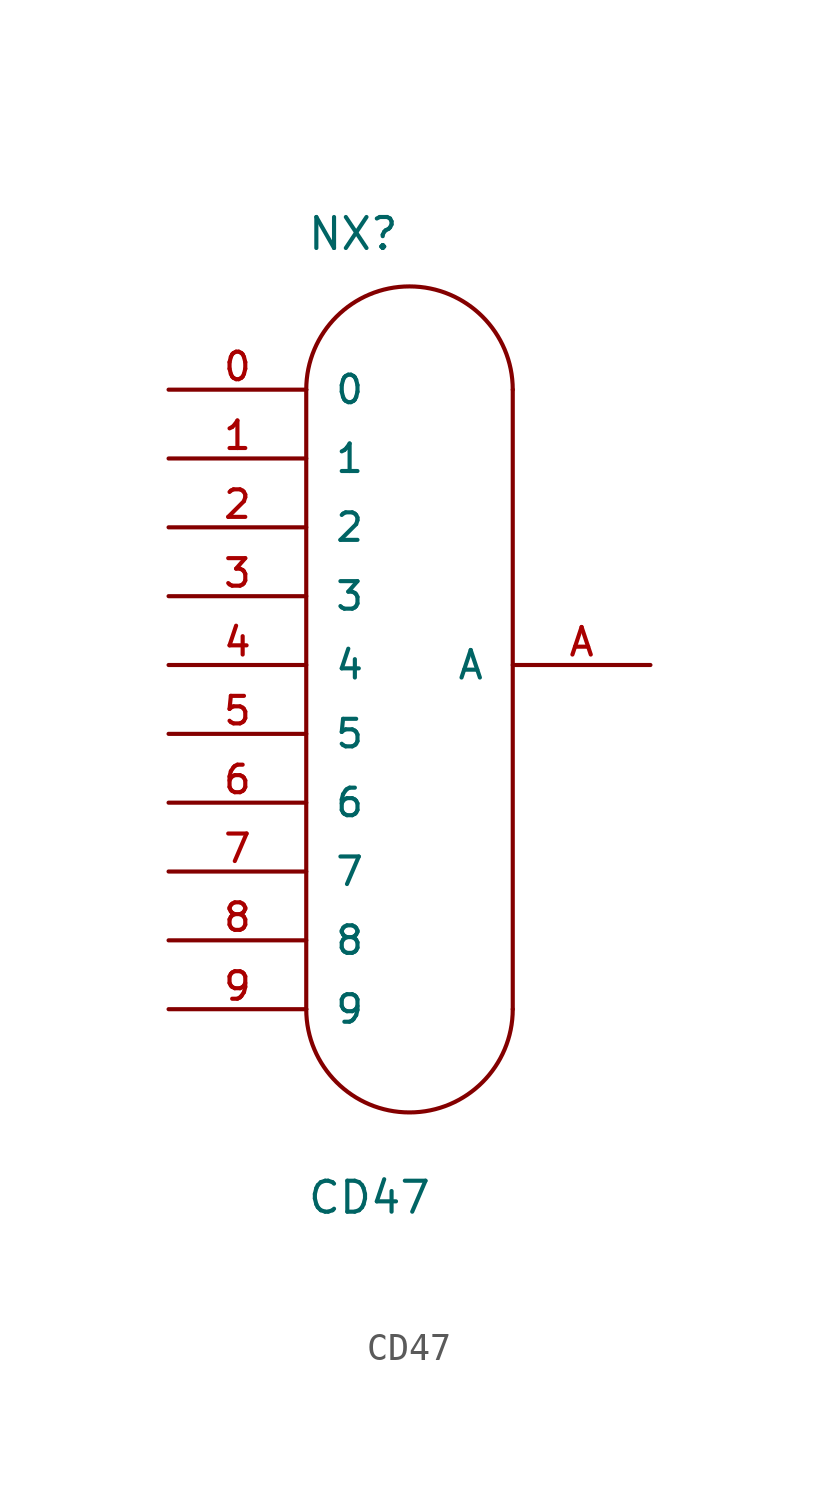
<source format=kicad_sym>
(kicad_symbol_lib
  (version 20220914)
  (generator kicad_symbol_editor)
  (symbol "CD47"
    (pin_names
      (offset 1.016))
    (property "Reference" "NX"
      (at -22.86 12.7 0)
      (effects (font (size 1.143 1.143)) (justify left bottom)))
    (property "Value" "CD47"
      (at -22.86 -22.86 0)
      (effects (font (size 1.143 1.143)) (justify left bottom)))
    (property "ki_locked" ""
      (at 0 0 0)
      (effects (font (size 1.27 1.27))))
    (symbol "CD47_1_0"
      (polyline (pts (xy -22.86 7.62) (xy -22.86 -15.24)) (stroke (width 0) (type solid)) (fill (type none)))
      (polyline (pts (xy -15.24 7.62) (xy -15.24 -15.24)) (stroke (width 0) (type solid)) (fill (type none))))
    (symbol "CD47_1_1"
      (arc (start -22.86 -15.24) (mid -19.05 -19.0334) (end -15.24 -15.24) (stroke (width 0) (type solid)) (fill (type none)))
      (arc (start -15.24 7.62) (mid -19.05 11.4134) (end -22.86 7.62) (stroke (width 0) (type solid)) (fill (type none)))
      (pin passive line (at -27.94 7.62 0) (length 5.08) (name "0" (effects (font (size 1.016 1.016)))) (number "0" (effects (font (size 1.016 1.016)))))
      (pin passive line (at -27.94 5.08 0) (length 5.08) (name "1" (effects (font (size 1.016 1.016)))) (number "1" (effects (font (size 1.016 1.016)))))
      (pin passive line (at -27.94 2.54 0) (length 5.08) (name "2" (effects (font (size 1.016 1.016)))) (number "2" (effects (font (size 1.016 1.016)))))
      (pin passive line (at -27.94 0 0) (length 5.08) (name "3" (effects (font (size 1.016 1.016)))) (number "3" (effects (font (size 1.016 1.016)))))
      (pin passive line (at -27.94 -2.54 0) (length 5.08) (name "4" (effects (font (size 1.016 1.016)))) (number "4" (effects (font (size 1.016 1.016)))))
      (pin passive line (at -27.94 -5.08 0) (length 5.08) (name "5" (effects (font (size 1.016 1.016)))) (number "5" (effects (font (size 1.016 1.016)))))
      (pin passive line (at -27.94 -7.62 0) (length 5.08) (name "6" (effects (font (size 1.016 1.016)))) (number "6" (effects (font (size 1.016 1.016)))))
      (pin passive line (at -27.94 -10.16 0) (length 5.08) (name "7" (effects (font (size 1.016 1.016)))) (number "7" (effects (font (size 1.016 1.016)))))
      (pin passive line (at -27.94 -12.7 0) (length 5.08) (name "8" (effects (font (size 1.016 1.016)))) (number "8" (effects (font (size 1.016 1.016)))))
      (pin passive line (at -27.94 -15.24 0) (length 5.08) (name "9" (effects (font (size 1.016 1.016)))) (number "9" (effects (font (size 1.016 1.016)))))
      (pin passive line (at -10.16 -2.54 180) (length 5.08) (name "A" (effects (font (size 1.016 1.016)))) (number "A" (effects (font (size 1.016 1.016))))))))
</source>
